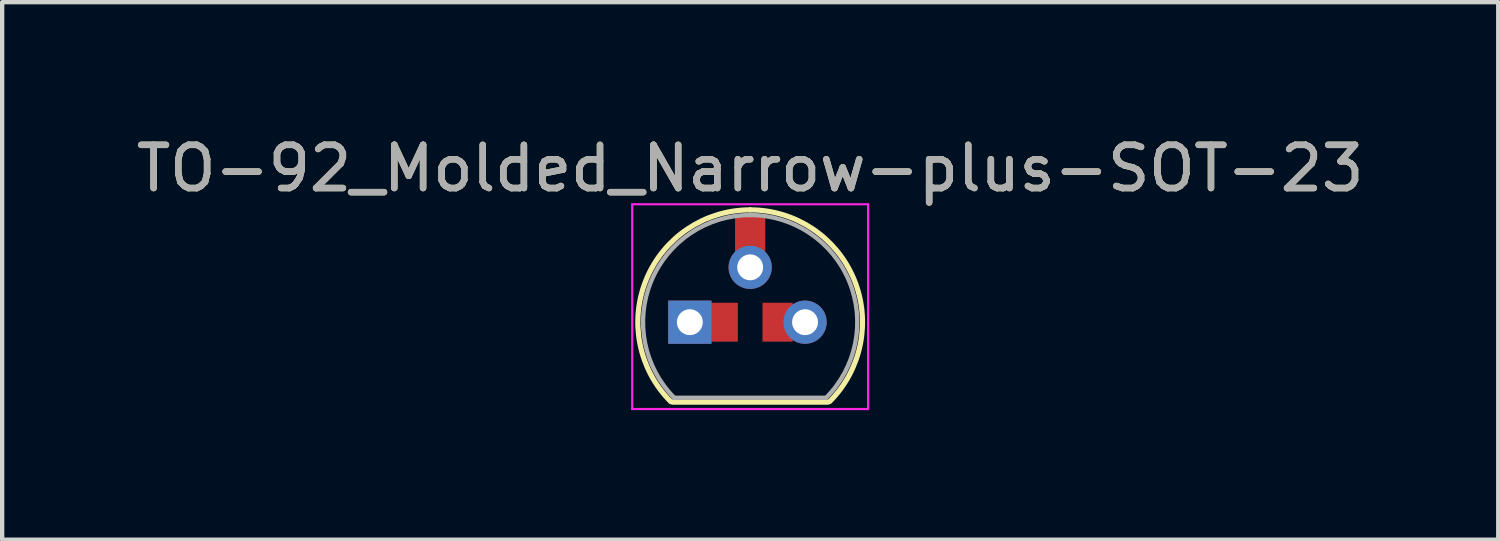
<source format=kicad_pcb>
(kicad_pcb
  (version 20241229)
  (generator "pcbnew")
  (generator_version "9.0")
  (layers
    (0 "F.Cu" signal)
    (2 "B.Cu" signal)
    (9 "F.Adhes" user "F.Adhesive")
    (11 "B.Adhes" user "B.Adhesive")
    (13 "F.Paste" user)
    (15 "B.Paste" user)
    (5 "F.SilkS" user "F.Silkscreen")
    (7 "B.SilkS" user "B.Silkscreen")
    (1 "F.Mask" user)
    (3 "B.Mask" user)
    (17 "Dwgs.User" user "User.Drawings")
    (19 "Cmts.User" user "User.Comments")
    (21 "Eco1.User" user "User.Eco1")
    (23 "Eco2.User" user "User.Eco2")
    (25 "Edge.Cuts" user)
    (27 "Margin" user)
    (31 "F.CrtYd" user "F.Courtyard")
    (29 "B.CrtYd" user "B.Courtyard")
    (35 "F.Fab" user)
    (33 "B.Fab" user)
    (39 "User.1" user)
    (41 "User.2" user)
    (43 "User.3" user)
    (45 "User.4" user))
  (footprint "TO-92_Molded_Narrow-plus-SOT-23"
    (layer "F.Cu")
    (at 13.045 4.408)
    (property "Reference" "TO-92_Molded_Narrow-plus-SOT-23" (at 1.27 -3.56 0) (layer "F.SilkS") (effects (font (size 1 1) (thickness 0.15))))
    (attr through_hole)
    (fp_line (start -0.53 1.85) (end 3.07 1.85) (stroke (width 0.12) (type solid)) (layer "F.SilkS"))
    (fp_arc (start -0.568478 1.838478) (mid -1.132087 -0.994977) (end 1.27 -2.6) (stroke (width 0.12) (type solid)) (layer "F.SilkS"))
    (fp_arc (start 1.27 -2.6) (mid 3.672087 -0.994977) (end 3.108478 1.838478) (stroke (width 0.12) (type solid)) (layer "F.SilkS"))
    (fp_line (start -1.46 -2.73) (end -1.46 2.01) (stroke (width 0.05) (type solid)) (layer "F.CrtYd"))
    (fp_line (start -1.46 -2.73) (end 4 -2.73) (stroke (width 0.05) (type solid)) (layer "F.CrtYd"))
    (fp_line (start 4 2.01) (end -1.46 2.01) (stroke (width 0.05) (type solid)) (layer "F.CrtYd"))
    (fp_line (start 4 2.01) (end 4 -2.73) (stroke (width 0.05) (type solid)) (layer "F.CrtYd"))
    (fp_line (start -0.5 1.75) (end 3 1.75) (stroke (width 0.1) (type solid)) (layer "F.Fab"))
    (fp_arc (start -0.483625 1.753625) (mid -1.021221 -0.949055) (end 1.27 -2.48) (stroke (width 0.1) (type solid)) (layer "F.Fab"))
    (fp_arc (start 1.27 -2.48) (mid 3.561221 -0.949055) (end 3.023625 1.753625) (stroke (width 0.1) (type solid)) (layer "F.Fab"))
    (fp_text user "${REFERENCE}" (at 1.27 -3.56 0) (layer "F.Fab") (effects (font (size 1 1) (thickness 0.15))))
    (pad "1" thru_hole rect (at -0.127 0 90) (size 1 1) (drill 0.6) (layers "*.Cu" "*.Mask"))
    (pad "1" smd rect (at 0.635 0 180) (size 0.7 0.9) (layers "F.Cu" "F.Mask" "F.Paste"))
    (pad "2" smd rect (at 1.27 -2.032 180) (size 0.7 0.9) (layers "F.Cu" "F.Mask" "F.Paste"))
    (pad "2" thru_hole circle (at 1.27 -1.27 90) (size 1 1) (drill 0.6) (layers "*.Cu" "*.Mask"))
    (pad "3" smd rect (at 1.905 0 180) (size 0.7 0.9) (layers "F.Cu" "F.Mask" "F.Paste"))
    (pad "3" thru_hole circle (at 2.54 0 90) (size 1 1) (drill 0.6) (layers "*.Cu" "*.Mask")))
  (gr_rect
    (start -3 -3)
    (end 31.631 9.443)
    (stroke (width 0.1) (type default))
    (fill no)
    (layer "Edge.Cuts")))
</source>
